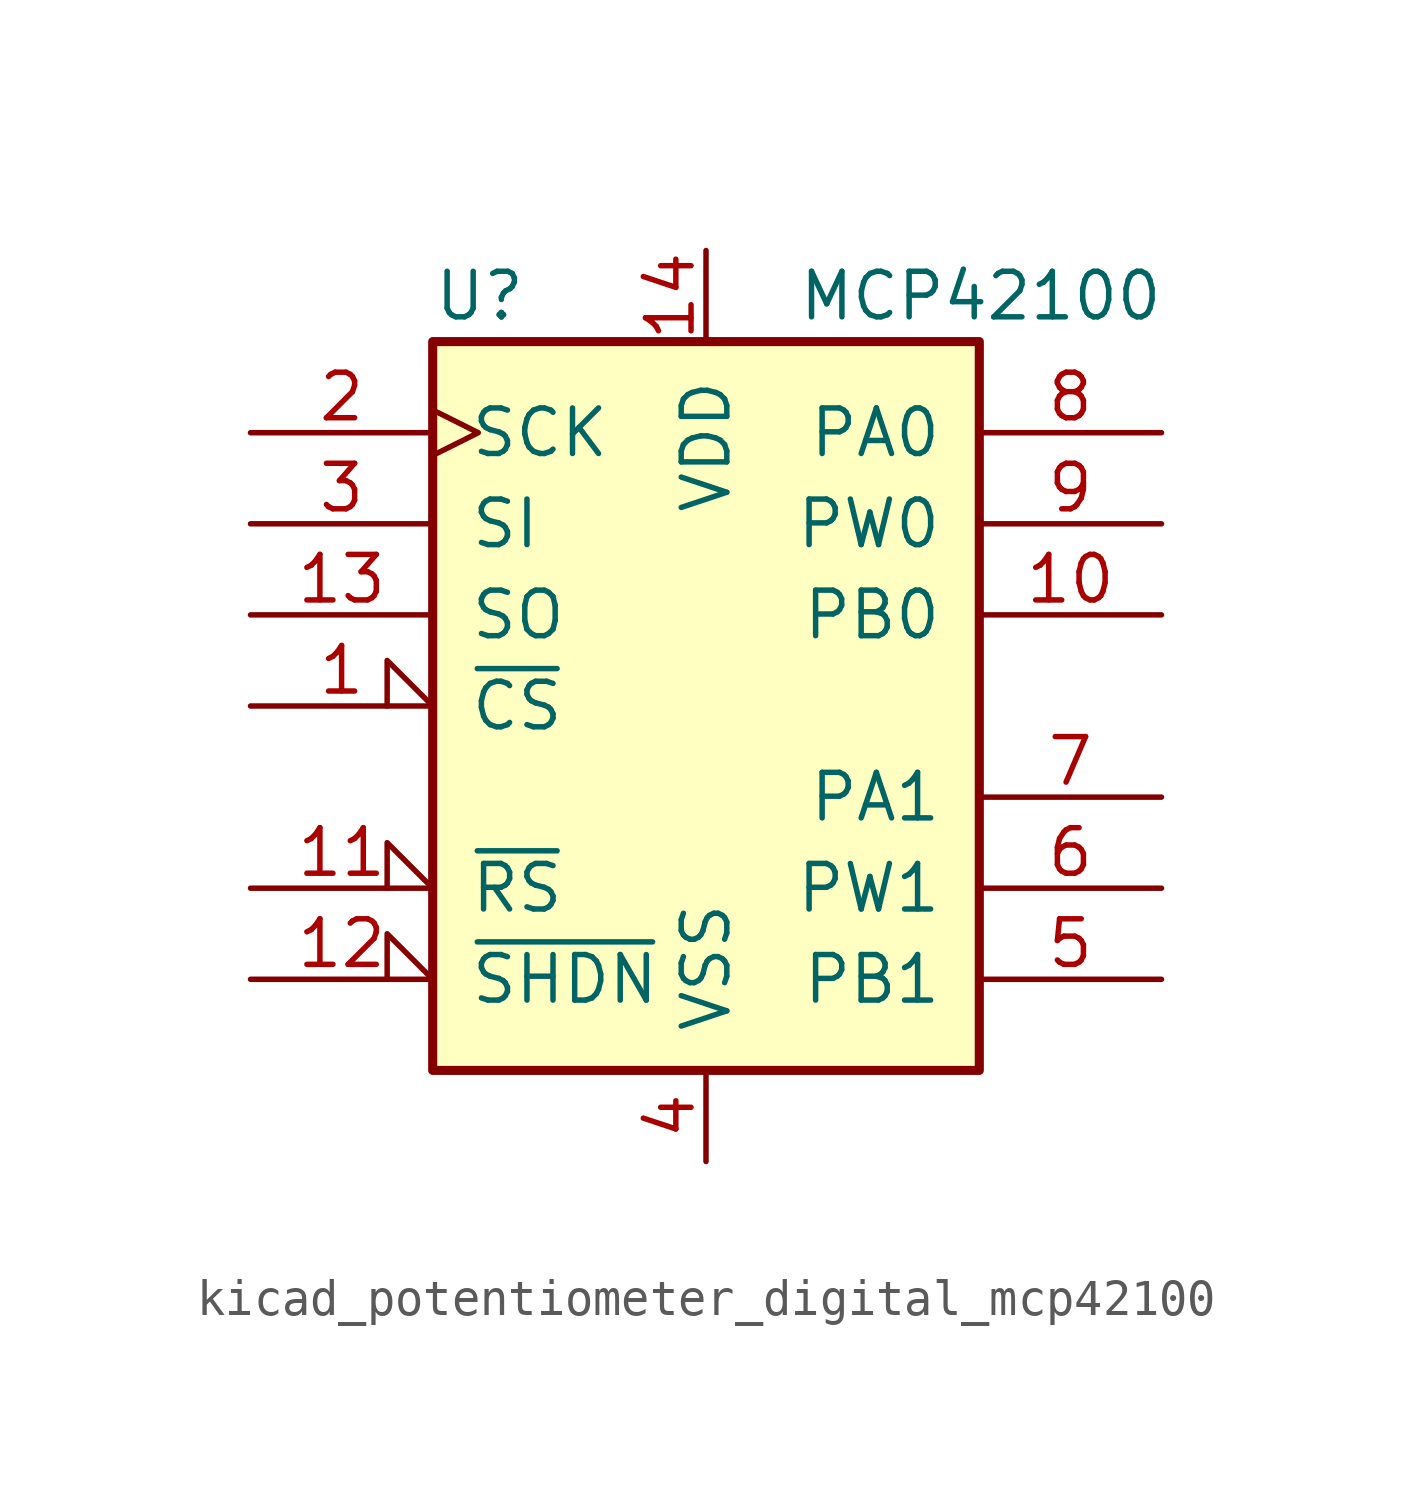
<source format=kicad_sym>
(kicad_symbol_lib
  (version 20220914)
  (generator kicad_symbol_editor)
  (symbol "kicad_potentiometer_digital_mcp42100"
    (pin_names
      (offset 1.016))
    (property "Reference" "U"
      (at -7.62 11.43 0)
      (effects (font (size 1.27 1.27)) (justify left)))
    (property "Value" "MCP42100"
      (at 2.54 11.43 0)
      (effects (font (size 1.27 1.27)) (justify left)))
    (symbol "kicad_potentiometer_digital_mcp42100_0_1"
      (rectangle (start -7.62 10.16) (end 7.62 -10.16) (stroke (width 0.254) (type default)) (fill (type background))))
    (symbol "kicad_potentiometer_digital_mcp42100_1_1"
      (pin input input_low (at -12.7 0 0) (length 5.08) (name "~{CS}" (effects (font (size 1.27 1.27)))) (number "1" (effects (font (size 1.27 1.27)))))
      (pin passive line (at 12.7 2.54 180) (length 5.08) (name "PB0" (effects (font (size 1.27 1.27)))) (number "10" (effects (font (size 1.27 1.27)))))
      (pin input input_low (at -12.7 -5.08 0) (length 5.08) (name "~{RS}" (effects (font (size 1.27 1.27)))) (number "11" (effects (font (size 1.27 1.27)))))
      (pin input input_low (at -12.7 -7.62 0) (length 5.08) (name "~{SHDN}" (effects (font (size 1.27 1.27)))) (number "12" (effects (font (size 1.27 1.27)))))
      (pin output line (at -12.7 2.54 0) (length 5.08) (name "SO" (effects (font (size 1.27 1.27)))) (number "13" (effects (font (size 1.27 1.27)))))
      (pin power_in line (at 0 12.7 270) (length 2.54) (name "VDD" (effects (font (size 1.27 1.27)))) (number "14" (effects (font (size 1.27 1.27)))))
      (pin input clock (at -12.7 7.62 0) (length 5.08) (name "SCK" (effects (font (size 1.27 1.27)))) (number "2" (effects (font (size 1.27 1.27)))))
      (pin input line (at -12.7 5.08 0) (length 5.08) (name "SI" (effects (font (size 1.27 1.27)))) (number "3" (effects (font (size 1.27 1.27)))))
      (pin power_in line (at 0 -12.7 90) (length 2.54) (name "VSS" (effects (font (size 1.27 1.27)))) (number "4" (effects (font (size 1.27 1.27)))))
      (pin passive line (at 12.7 -7.62 180) (length 5.08) (name "PB1" (effects (font (size 1.27 1.27)))) (number "5" (effects (font (size 1.27 1.27)))))
      (pin passive line (at 12.7 -5.08 180) (length 5.08) (name "PW1" (effects (font (size 1.27 1.27)))) (number "6" (effects (font (size 1.27 1.27)))))
      (pin passive line (at 12.7 -2.54 180) (length 5.08) (name "PA1" (effects (font (size 1.27 1.27)))) (number "7" (effects (font (size 1.27 1.27)))))
      (pin passive line (at 12.7 7.62 180) (length 5.08) (name "PA0" (effects (font (size 1.27 1.27)))) (number "8" (effects (font (size 1.27 1.27)))))
      (pin passive line (at 12.7 5.08 180) (length 5.08) (name "PW0" (effects (font (size 1.27 1.27)))) (number "9" (effects (font (size 1.27 1.27))))))))
</source>
